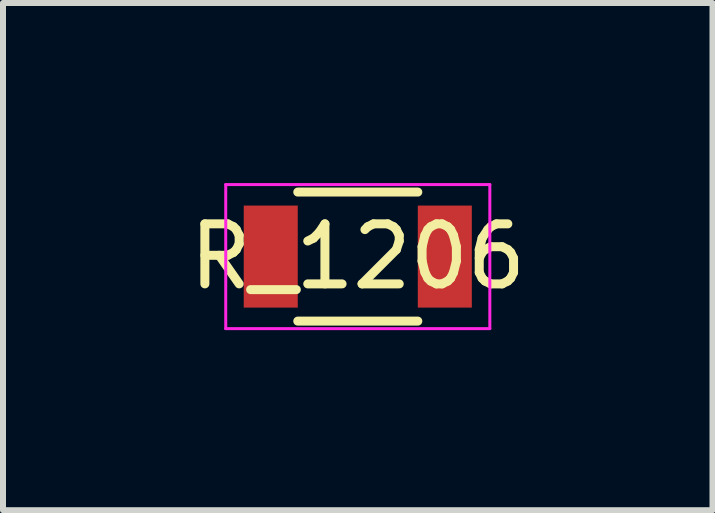
<source format=kicad_pcb>
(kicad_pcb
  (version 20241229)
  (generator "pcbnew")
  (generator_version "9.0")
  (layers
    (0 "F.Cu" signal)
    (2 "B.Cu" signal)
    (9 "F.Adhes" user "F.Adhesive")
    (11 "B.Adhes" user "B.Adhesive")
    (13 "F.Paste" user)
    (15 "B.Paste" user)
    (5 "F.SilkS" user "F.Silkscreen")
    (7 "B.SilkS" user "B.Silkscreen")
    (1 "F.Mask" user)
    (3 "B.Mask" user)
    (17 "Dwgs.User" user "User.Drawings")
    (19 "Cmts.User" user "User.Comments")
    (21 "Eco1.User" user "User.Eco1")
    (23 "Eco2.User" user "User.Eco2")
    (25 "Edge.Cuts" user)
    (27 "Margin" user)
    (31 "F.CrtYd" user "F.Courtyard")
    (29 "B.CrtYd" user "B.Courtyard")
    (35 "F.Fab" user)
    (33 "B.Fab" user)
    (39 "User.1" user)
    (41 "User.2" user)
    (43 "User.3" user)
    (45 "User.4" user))
  (footprint "R_1206"
    (layer "F.Cu")
    (at 2.911 1.225)
    (property "Reference" "R_1206" (at 0 0 0) (layer "F.SilkS") (effects (font (size 1 1) (thickness 0.15))))
    (attr smd)
    (fp_line (start -1 -1.075) (end 1 -1.075) (stroke (width 0.15) (type solid)) (layer "F.SilkS"))
    (fp_line (start 1 1.075) (end -1 1.075) (stroke (width 0.15) (type solid)) (layer "F.SilkS"))
    (fp_line (start -2.2 -1.2) (end -2.2 1.2) (stroke (width 0.05) (type solid)) (layer "F.CrtYd"))
    (fp_line (start -2.2 -1.2) (end 2.2 -1.2) (stroke (width 0.05) (type solid)) (layer "F.CrtYd"))
    (fp_line (start -2.2 1.2) (end 2.2 1.2) (stroke (width 0.05) (type solid)) (layer "F.CrtYd"))
    (fp_line (start 2.2 -1.2) (end 2.2 1.2) (stroke (width 0.05) (type solid)) (layer "F.CrtYd"))
    (pad "1" smd rect (at -1.45 0) (size 0.9 1.7) (layers "F.Cu" "F.Mask" "F.Paste"))
    (pad "2" smd rect (at 1.45 0) (size 0.9 1.7) (layers "F.Cu" "F.Mask" "F.Paste")))
  (gr_rect
    (start -3 -3)
    (end 8.821 5.45)
    (stroke (width 0.1) (type default))
    (fill no)
    (layer "Edge.Cuts")))
</source>
